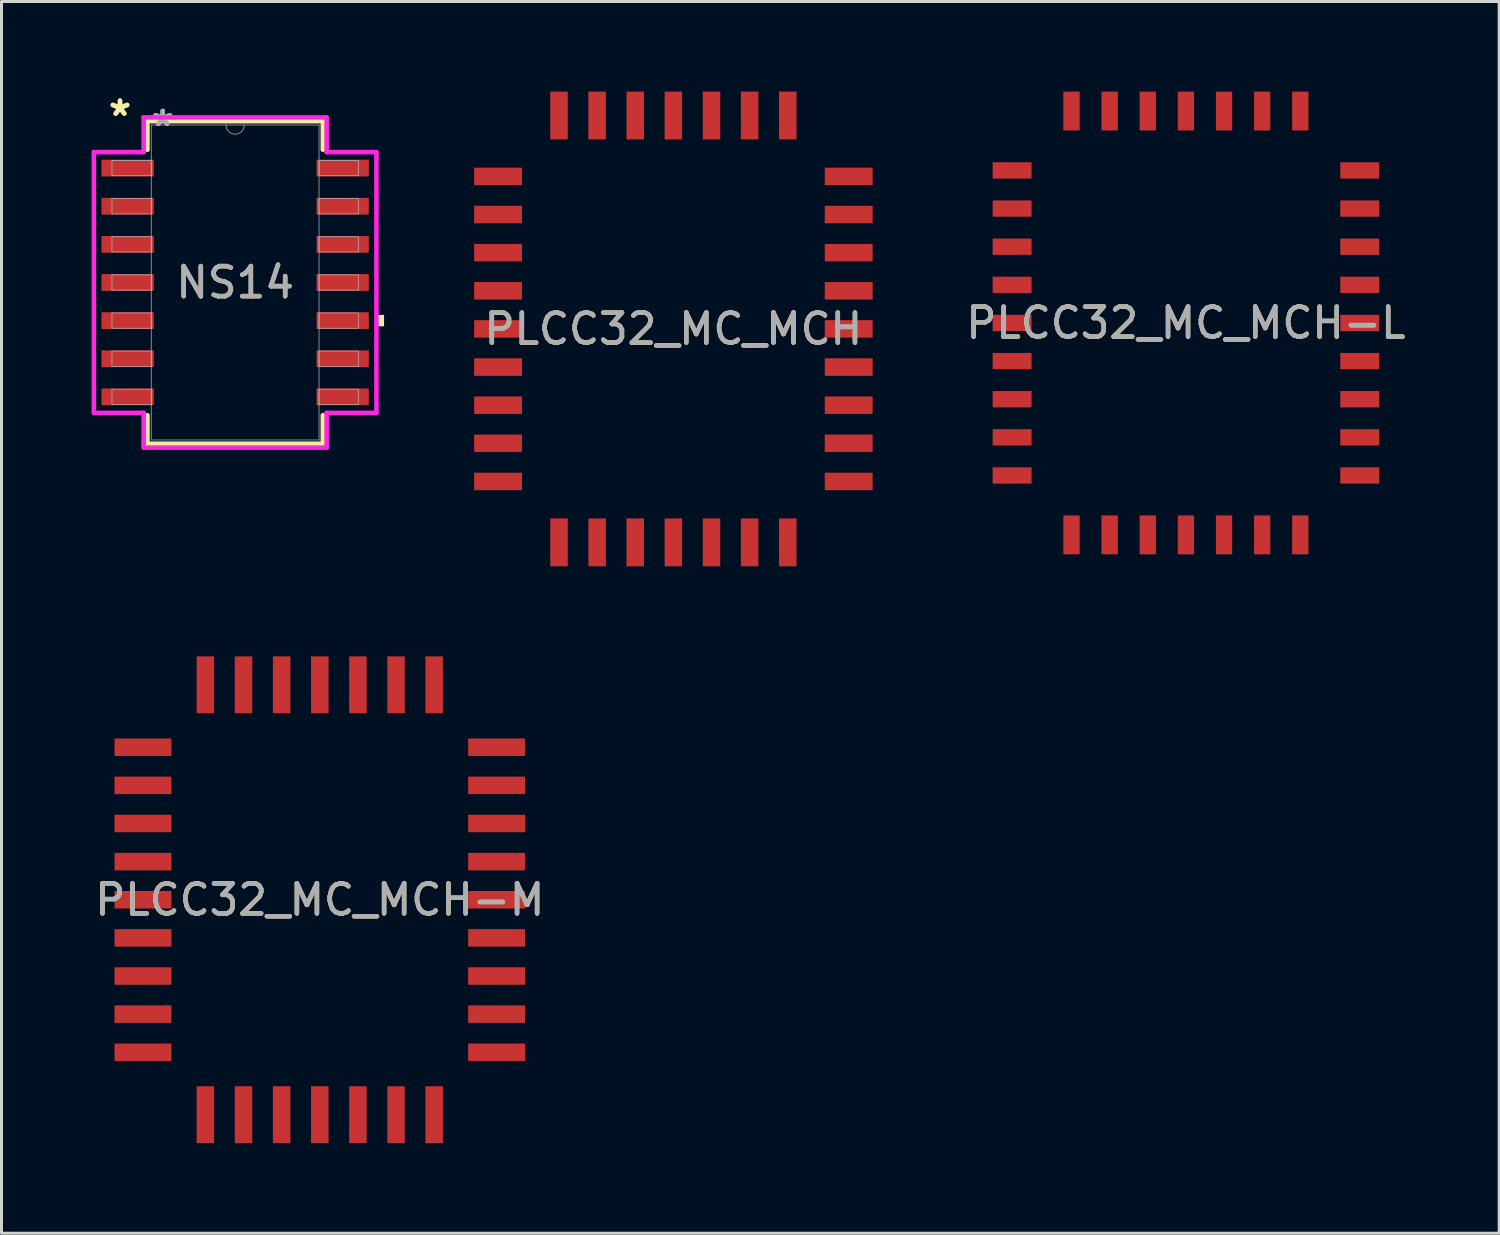
<source format=kicad_pcb>
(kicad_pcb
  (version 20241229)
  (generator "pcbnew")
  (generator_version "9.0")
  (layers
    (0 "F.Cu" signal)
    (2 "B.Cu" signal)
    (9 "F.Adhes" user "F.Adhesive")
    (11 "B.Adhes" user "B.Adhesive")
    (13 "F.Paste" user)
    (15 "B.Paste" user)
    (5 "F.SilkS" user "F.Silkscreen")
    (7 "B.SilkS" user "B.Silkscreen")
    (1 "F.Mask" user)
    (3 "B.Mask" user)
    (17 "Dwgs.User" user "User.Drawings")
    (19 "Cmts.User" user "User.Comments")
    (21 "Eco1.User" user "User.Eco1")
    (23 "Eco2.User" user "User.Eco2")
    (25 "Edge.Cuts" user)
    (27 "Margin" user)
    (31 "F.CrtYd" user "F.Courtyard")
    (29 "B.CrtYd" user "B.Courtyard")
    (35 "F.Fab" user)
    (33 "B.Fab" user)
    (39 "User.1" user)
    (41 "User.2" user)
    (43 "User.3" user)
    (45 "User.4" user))
  (footprint "PLCC32_MC_MCH-L"
    (layer "F.Cu")
    (at 36.45 7.707)
    (property "Reference" "PLCC32_MC_MCH-L" (at 0 0 0) (unlocked yes) (layer "F.SilkS") (effects (font (size 1 1) (thickness 0.15))))
    (attr smd)
    (fp_text user "${REFERENCE}" (at 0 0 0) (unlocked yes) (layer "F.Fab") (effects (font (size 1 1) (thickness 0.15))))
    (pad "1" smd rect (at 0 -7.059) (size 0.543 1.295) (layers "F.Cu" "F.Mask" "F.Paste"))
    (pad "2" smd rect (at -1.27 -7.059) (size 0.543 1.295) (layers "F.Cu" "F.Mask" "F.Paste"))
    (pad "3" smd rect (at -2.54 -7.059) (size 0.543 1.295) (layers "F.Cu" "F.Mask" "F.Paste"))
    (pad "4" smd rect (at -3.81 -7.059) (size 0.543 1.295) (layers "F.Cu" "F.Mask" "F.Paste"))
    (pad "5" smd rect (at -5.789 -5.08 90) (size 0.543 1.295) (layers "F.Cu" "F.Mask" "F.Paste"))
    (pad "6" smd rect (at -5.789 -3.81 90) (size 0.543 1.295) (layers "F.Cu" "F.Mask" "F.Paste"))
    (pad "7" smd rect (at -5.789 -2.54 90) (size 0.543 1.295) (layers "F.Cu" "F.Mask" "F.Paste"))
    (pad "8" smd rect (at -5.789 -1.27 90) (size 0.543 1.295) (layers "F.Cu" "F.Mask" "F.Paste"))
    (pad "9" smd rect (at -5.789 0 90) (size 0.543 1.295) (layers "F.Cu" "F.Mask" "F.Paste"))
    (pad "10" smd rect (at -5.789 1.27 90) (size 0.543 1.295) (layers "F.Cu" "F.Mask" "F.Paste"))
    (pad "11" smd rect (at -5.789 2.54 90) (size 0.543 1.295) (layers "F.Cu" "F.Mask" "F.Paste"))
    (pad "12" smd rect (at -5.789 3.81 90) (size 0.543 1.295) (layers "F.Cu" "F.Mask" "F.Paste"))
    (pad "13" smd rect (at -5.789 5.08 90) (size 0.543 1.295) (layers "F.Cu" "F.Mask" "F.Paste"))
    (pad "14" smd rect (at -3.81 7.059) (size 0.543 1.295) (layers "F.Cu" "F.Mask" "F.Paste"))
    (pad "15" smd rect (at -2.54 7.059) (size 0.543 1.295) (layers "F.Cu" "F.Mask" "F.Paste"))
    (pad "16" smd rect (at -1.27 7.059) (size 0.543 1.295) (layers "F.Cu" "F.Mask" "F.Paste"))
    (pad "17" smd rect (at 0 7.059) (size 0.543 1.295) (layers "F.Cu" "F.Mask" "F.Paste"))
    (pad "18" smd rect (at 1.27 7.059) (size 0.543 1.295) (layers "F.Cu" "F.Mask" "F.Paste"))
    (pad "19" smd rect (at 2.54 7.059) (size 0.543 1.295) (layers "F.Cu" "F.Mask" "F.Paste"))
    (pad "20" smd rect (at 3.81 7.059) (size 0.543 1.295) (layers "F.Cu" "F.Mask" "F.Paste"))
    (pad "21" smd rect (at 5.789 5.08 90) (size 0.543 1.295) (layers "F.Cu" "F.Mask" "F.Paste"))
    (pad "22" smd rect (at 5.789 3.81 90) (size 0.543 1.295) (layers "F.Cu" "F.Mask" "F.Paste"))
    (pad "23" smd rect (at 5.789 2.54 90) (size 0.543 1.295) (layers "F.Cu" "F.Mask" "F.Paste"))
    (pad "24" smd rect (at 5.789 1.27 90) (size 0.543 1.295) (layers "F.Cu" "F.Mask" "F.Paste"))
    (pad "25" smd rect (at 5.789 0 90) (size 0.543 1.295) (layers "F.Cu" "F.Mask" "F.Paste"))
    (pad "26" smd rect (at 5.789 -1.27 90) (size 0.543 1.295) (layers "F.Cu" "F.Mask" "F.Paste"))
    (pad "27" smd rect (at 5.789 -2.54 90) (size 0.543 1.295) (layers "F.Cu" "F.Mask" "F.Paste"))
    (pad "28" smd rect (at 5.789 -3.81 90) (size 0.543 1.295) (layers "F.Cu" "F.Mask" "F.Paste"))
    (pad "29" smd rect (at 5.789 -5.08 90) (size 0.543 1.295) (layers "F.Cu" "F.Mask" "F.Paste"))
    (pad "30" smd rect (at 3.81 -7.059) (size 0.543 1.295) (layers "F.Cu" "F.Mask" "F.Paste"))
    (pad "31" smd rect (at 2.54 -7.059) (size 0.543 1.295) (layers "F.Cu" "F.Mask" "F.Paste"))
    (pad "32" smd rect (at 1.27 -7.059) (size 0.543 1.295) (layers "F.Cu" "F.Mask" "F.Paste")))
  (footprint "PLCC32_MC_MCH"
    (layer "F.Cu")
    (at 19.379 7.906)
    (property "Reference" "PLCC32_MC_MCH" (at 0 0 0) (unlocked yes) (layer "F.SilkS") (effects (font (size 1 1) (thickness 0.15))))
    (attr smd)
    (fp_text user "${REFERENCE}" (at 0 0 0) (unlocked yes) (layer "F.Fab") (effects (font (size 1 1) (thickness 0.15))))
    (pad "1" smd rect (at 0 -7.109) (size 0.583 1.595) (layers "F.Cu" "F.Mask" "F.Paste"))
    (pad "2" smd rect (at -1.27 -7.109) (size 0.583 1.595) (layers "F.Cu" "F.Mask" "F.Paste"))
    (pad "3" smd rect (at -2.54 -7.109) (size 0.583 1.595) (layers "F.Cu" "F.Mask" "F.Paste"))
    (pad "4" smd rect (at -3.81 -7.109) (size 0.583 1.595) (layers "F.Cu" "F.Mask" "F.Paste"))
    (pad "5" smd rect (at -5.839 -5.08 90) (size 0.583 1.595) (layers "F.Cu" "F.Mask" "F.Paste"))
    (pad "6" smd rect (at -5.839 -3.81 90) (size 0.583 1.595) (layers "F.Cu" "F.Mask" "F.Paste"))
    (pad "7" smd rect (at -5.839 -2.54 90) (size 0.583 1.595) (layers "F.Cu" "F.Mask" "F.Paste"))
    (pad "8" smd rect (at -5.839 -1.27 90) (size 0.583 1.595) (layers "F.Cu" "F.Mask" "F.Paste"))
    (pad "9" smd rect (at -5.839 0 90) (size 0.583 1.595) (layers "F.Cu" "F.Mask" "F.Paste"))
    (pad "10" smd rect (at -5.839 1.27 90) (size 0.583 1.595) (layers "F.Cu" "F.Mask" "F.Paste"))
    (pad "11" smd rect (at -5.839 2.54 90) (size 0.583 1.595) (layers "F.Cu" "F.Mask" "F.Paste"))
    (pad "12" smd rect (at -5.839 3.81 90) (size 0.583 1.595) (layers "F.Cu" "F.Mask" "F.Paste"))
    (pad "13" smd rect (at -5.839 5.08 90) (size 0.583 1.595) (layers "F.Cu" "F.Mask" "F.Paste"))
    (pad "14" smd rect (at -3.81 7.109) (size 0.583 1.595) (layers "F.Cu" "F.Mask" "F.Paste"))
    (pad "15" smd rect (at -2.54 7.109) (size 0.583 1.595) (layers "F.Cu" "F.Mask" "F.Paste"))
    (pad "16" smd rect (at -1.27 7.109) (size 0.583 1.595) (layers "F.Cu" "F.Mask" "F.Paste"))
    (pad "17" smd rect (at 0 7.109) (size 0.583 1.595) (layers "F.Cu" "F.Mask" "F.Paste"))
    (pad "18" smd rect (at 1.27 7.109) (size 0.583 1.595) (layers "F.Cu" "F.Mask" "F.Paste"))
    (pad "19" smd rect (at 2.54 7.109) (size 0.583 1.595) (layers "F.Cu" "F.Mask" "F.Paste"))
    (pad "20" smd rect (at 3.81 7.109) (size 0.583 1.595) (layers "F.Cu" "F.Mask" "F.Paste"))
    (pad "21" smd rect (at 5.839 5.08 90) (size 0.583 1.595) (layers "F.Cu" "F.Mask" "F.Paste"))
    (pad "22" smd rect (at 5.839 3.81 90) (size 0.583 1.595) (layers "F.Cu" "F.Mask" "F.Paste"))
    (pad "23" smd rect (at 5.839 2.54 90) (size 0.583 1.595) (layers "F.Cu" "F.Mask" "F.Paste"))
    (pad "24" smd rect (at 5.839 1.27 90) (size 0.583 1.595) (layers "F.Cu" "F.Mask" "F.Paste"))
    (pad "25" smd rect (at 5.839 0 90) (size 0.583 1.595) (layers "F.Cu" "F.Mask" "F.Paste"))
    (pad "26" smd rect (at 5.839 -1.27 90) (size 0.583 1.595) (layers "F.Cu" "F.Mask" "F.Paste"))
    (pad "27" smd rect (at 5.839 -2.54 90) (size 0.583 1.595) (layers "F.Cu" "F.Mask" "F.Paste"))
    (pad "28" smd rect (at 5.839 -3.81 90) (size 0.583 1.595) (layers "F.Cu" "F.Mask" "F.Paste"))
    (pad "29" smd rect (at 5.839 -5.08 90) (size 0.583 1.595) (layers "F.Cu" "F.Mask" "F.Paste"))
    (pad "30" smd rect (at 3.81 -7.109) (size 0.583 1.595) (layers "F.Cu" "F.Mask" "F.Paste"))
    (pad "31" smd rect (at 2.54 -7.109) (size 0.583 1.595) (layers "F.Cu" "F.Mask" "F.Paste"))
    (pad "32" smd rect (at 1.27 -7.109) (size 0.583 1.595) (layers "F.Cu" "F.Mask" "F.Paste")))
  (footprint "PLCC32_MC_MCH-M"
    (layer "F.Cu")
    (at 7.601 26.919)
    (property "Reference" "PLCC32_MC_MCH-M" (at 0 0 0) (unlocked yes) (layer "F.SilkS") (effects (font (size 1 1) (thickness 0.15))))
    (attr smd)
    (fp_text user "${REFERENCE}" (at 0 0 0) (unlocked yes) (layer "F.Fab") (effects (font (size 1 1) (thickness 0.15))))
    (pad "1" smd rect (at 0 -7.159) (size 0.583 1.895) (layers "F.Cu" "F.Mask" "F.Paste"))
    (pad "2" smd rect (at -1.27 -7.159) (size 0.583 1.895) (layers "F.Cu" "F.Mask" "F.Paste"))
    (pad "3" smd rect (at -2.54 -7.159) (size 0.583 1.895) (layers "F.Cu" "F.Mask" "F.Paste"))
    (pad "4" smd rect (at -3.81 -7.159) (size 0.583 1.895) (layers "F.Cu" "F.Mask" "F.Paste"))
    (pad "5" smd rect (at -5.889 -5.08 90) (size 0.583 1.895) (layers "F.Cu" "F.Mask" "F.Paste"))
    (pad "6" smd rect (at -5.889 -3.81 90) (size 0.583 1.895) (layers "F.Cu" "F.Mask" "F.Paste"))
    (pad "7" smd rect (at -5.889 -2.54 90) (size 0.583 1.895) (layers "F.Cu" "F.Mask" "F.Paste"))
    (pad "8" smd rect (at -5.889 -1.27 90) (size 0.583 1.895) (layers "F.Cu" "F.Mask" "F.Paste"))
    (pad "9" smd rect (at -5.889 0 90) (size 0.583 1.895) (layers "F.Cu" "F.Mask" "F.Paste"))
    (pad "10" smd rect (at -5.889 1.27 90) (size 0.583 1.895) (layers "F.Cu" "F.Mask" "F.Paste"))
    (pad "11" smd rect (at -5.889 2.54 90) (size 0.583 1.895) (layers "F.Cu" "F.Mask" "F.Paste"))
    (pad "12" smd rect (at -5.889 3.81 90) (size 0.583 1.895) (layers "F.Cu" "F.Mask" "F.Paste"))
    (pad "13" smd rect (at -5.889 5.08 90) (size 0.583 1.895) (layers "F.Cu" "F.Mask" "F.Paste"))
    (pad "14" smd rect (at -3.81 7.159) (size 0.583 1.895) (layers "F.Cu" "F.Mask" "F.Paste"))
    (pad "15" smd rect (at -2.54 7.159) (size 0.583 1.895) (layers "F.Cu" "F.Mask" "F.Paste"))
    (pad "16" smd rect (at -1.27 7.159) (size 0.583 1.895) (layers "F.Cu" "F.Mask" "F.Paste"))
    (pad "17" smd rect (at 0 7.159) (size 0.583 1.895) (layers "F.Cu" "F.Mask" "F.Paste"))
    (pad "18" smd rect (at 1.27 7.159) (size 0.583 1.895) (layers "F.Cu" "F.Mask" "F.Paste"))
    (pad "19" smd rect (at 2.54 7.159) (size 0.583 1.895) (layers "F.Cu" "F.Mask" "F.Paste"))
    (pad "20" smd rect (at 3.81 7.159) (size 0.583 1.895) (layers "F.Cu" "F.Mask" "F.Paste"))
    (pad "21" smd rect (at 5.889 5.08 90) (size 0.583 1.895) (layers "F.Cu" "F.Mask" "F.Paste"))
    (pad "22" smd rect (at 5.889 3.81 90) (size 0.583 1.895) (layers "F.Cu" "F.Mask" "F.Paste"))
    (pad "23" smd rect (at 5.889 2.54 90) (size 0.583 1.895) (layers "F.Cu" "F.Mask" "F.Paste"))
    (pad "24" smd rect (at 5.889 1.27 90) (size 0.583 1.895) (layers "F.Cu" "F.Mask" "F.Paste"))
    (pad "25" smd rect (at 5.889 0 90) (size 0.583 1.895) (layers "F.Cu" "F.Mask" "F.Paste"))
    (pad "26" smd rect (at 5.889 -1.27 90) (size 0.583 1.895) (layers "F.Cu" "F.Mask" "F.Paste"))
    (pad "27" smd rect (at 5.889 -2.54 90) (size 0.583 1.895) (layers "F.Cu" "F.Mask" "F.Paste"))
    (pad "28" smd rect (at 5.889 -3.81 90) (size 0.583 1.895) (layers "F.Cu" "F.Mask" "F.Paste"))
    (pad "29" smd rect (at 5.889 -5.08 90) (size 0.583 1.895) (layers "F.Cu" "F.Mask" "F.Paste"))
    (pad "30" smd rect (at 3.81 -7.159) (size 0.583 1.895) (layers "F.Cu" "F.Mask" "F.Paste"))
    (pad "31" smd rect (at 2.54 -7.159) (size 0.583 1.895) (layers "F.Cu" "F.Mask" "F.Paste"))
    (pad "32" smd rect (at 1.27 -7.159) (size 0.583 1.895) (layers "F.Cu" "F.Mask" "F.Paste")))
  (footprint "NS14"
    (layer "F.Cu")
    (at 4.782 6.359)
    (property "Reference" "NS14" (at 0 0 0) (unlocked yes) (layer "F.SilkS") (effects (font (size 1 1) (thickness 0.15))))
    (attr smd)
    (fp_line (start -2.921 -5.372) (end -2.921 -4.422) (stroke (width 0.152) (type solid)) (layer "F.SilkS"))
    (fp_line (start -2.921 4.422) (end -2.921 5.372) (stroke (width 0.152) (type solid)) (layer "F.SilkS"))
    (fp_line (start -2.921 5.372) (end 2.921 5.372) (stroke (width 0.152) (type solid)) (layer "F.SilkS"))
    (fp_line (start 2.921 -5.372) (end -2.921 -5.372) (stroke (width 0.152) (type solid)) (layer "F.SilkS"))
    (fp_line (start 2.921 -4.422) (end 2.921 -5.372) (stroke (width 0.152) (type solid)) (layer "F.SilkS"))
    (fp_line (start 2.921 5.372) (end 2.921 4.422) (stroke (width 0.152) (type solid)) (layer "F.SilkS"))
    (fp_poly (pts (xy 4.96 1.079) (xy 4.96 1.46) (xy 4.706 1.46) (xy 4.706 1.079)) (stroke (width 0) (type solid)) (fill yes) (layer "F.SilkS"))
    (fp_line (start -4.706 -4.343) (end -3.048 -4.343) (stroke (width 0.152) (type solid)) (layer "F.CrtYd"))
    (fp_line (start -4.706 4.343) (end -4.706 -4.343) (stroke (width 0.152) (type solid)) (layer "F.CrtYd"))
    (fp_line (start -4.706 4.343) (end -3.048 4.343) (stroke (width 0.152) (type solid)) (layer "F.CrtYd"))
    (fp_line (start -3.048 -5.499) (end 3.048 -5.499) (stroke (width 0.152) (type solid)) (layer "F.CrtYd"))
    (fp_line (start -3.048 -4.343) (end -3.048 -5.499) (stroke (width 0.152) (type solid)) (layer "F.CrtYd"))
    (fp_line (start -3.048 5.499) (end -3.048 4.343) (stroke (width 0.152) (type solid)) (layer "F.CrtYd"))
    (fp_line (start 3.048 -5.499) (end 3.048 -4.343) (stroke (width 0.152) (type solid)) (layer "F.CrtYd"))
    (fp_line (start 3.048 4.343) (end 3.048 5.499) (stroke (width 0.152) (type solid)) (layer "F.CrtYd"))
    (fp_line (start 3.048 5.499) (end -3.048 5.499) (stroke (width 0.152) (type solid)) (layer "F.CrtYd"))
    (fp_line (start 4.706 -4.343) (end 3.048 -4.343) (stroke (width 0.152) (type solid)) (layer "F.CrtYd"))
    (fp_line (start 4.706 -4.343) (end 4.706 4.343) (stroke (width 0.152) (type solid)) (layer "F.CrtYd"))
    (fp_line (start 4.706 4.343) (end 3.048 4.343) (stroke (width 0.152) (type solid)) (layer "F.CrtYd"))
    (fp_line (start -4.102 -4.064) (end -4.102 -3.556) (stroke (width 0.025) (type solid)) (layer "F.Fab"))
    (fp_line (start -4.102 -3.556) (end -2.794 -3.556) (stroke (width 0.025) (type solid)) (layer "F.Fab"))
    (fp_line (start -4.102 -2.794) (end -4.102 -2.286) (stroke (width 0.025) (type solid)) (layer "F.Fab"))
    (fp_line (start -4.102 -2.286) (end -2.794 -2.286) (stroke (width 0.025) (type solid)) (layer "F.Fab"))
    (fp_line (start -4.102 -1.524) (end -4.102 -1.016) (stroke (width 0.025) (type solid)) (layer "F.Fab"))
    (fp_line (start -4.102 -1.016) (end -2.794 -1.016) (stroke (width 0.025) (type solid)) (layer "F.Fab"))
    (fp_line (start -4.102 -0.254) (end -4.102 0.254) (stroke (width 0.025) (type solid)) (layer "F.Fab"))
    (fp_line (start -4.102 0.254) (end -2.794 0.254) (stroke (width 0.025) (type solid)) (layer "F.Fab"))
    (fp_line (start -4.102 1.016) (end -4.102 1.524) (stroke (width 0.025) (type solid)) (layer "F.Fab"))
    (fp_line (start -4.102 1.524) (end -2.794 1.524) (stroke (width 0.025) (type solid)) (layer "F.Fab"))
    (fp_line (start -4.102 2.286) (end -4.102 2.794) (stroke (width 0.025) (type solid)) (layer "F.Fab"))
    (fp_line (start -4.102 2.794) (end -2.794 2.794) (stroke (width 0.025) (type solid)) (layer "F.Fab"))
    (fp_line (start -4.102 3.556) (end -4.102 4.064) (stroke (width 0.025) (type solid)) (layer "F.Fab"))
    (fp_line (start -4.102 4.064) (end -2.794 4.064) (stroke (width 0.025) (type solid)) (layer "F.Fab"))
    (fp_line (start -2.794 -5.245) (end -2.794 5.245) (stroke (width 0.025) (type solid)) (layer "F.Fab"))
    (fp_line (start -2.794 -4.064) (end -4.102 -4.064) (stroke (width 0.025) (type solid)) (layer "F.Fab"))
    (fp_line (start -2.794 -3.556) (end -2.794 -4.064) (stroke (width 0.025) (type solid)) (layer "F.Fab"))
    (fp_line (start -2.794 -2.794) (end -4.102 -2.794) (stroke (width 0.025) (type solid)) (layer "F.Fab"))
    (fp_line (start -2.794 -2.286) (end -2.794 -2.794) (stroke (width 0.025) (type solid)) (layer "F.Fab"))
    (fp_line (start -2.794 -1.524) (end -4.102 -1.524) (stroke (width 0.025) (type solid)) (layer "F.Fab"))
    (fp_line (start -2.794 -1.016) (end -2.794 -1.524) (stroke (width 0.025) (type solid)) (layer "F.Fab"))
    (fp_line (start -2.794 -0.254) (end -4.102 -0.254) (stroke (width 0.025) (type solid)) (layer "F.Fab"))
    (fp_line (start -2.794 0.254) (end -2.794 -0.254) (stroke (width 0.025) (type solid)) (layer "F.Fab"))
    (fp_line (start -2.794 1.016) (end -4.102 1.016) (stroke (width 0.025) (type solid)) (layer "F.Fab"))
    (fp_line (start -2.794 1.524) (end -2.794 1.016) (stroke (width 0.025) (type solid)) (layer "F.Fab"))
    (fp_line (start -2.794 2.286) (end -4.102 2.286) (stroke (width 0.025) (type solid)) (layer "F.Fab"))
    (fp_line (start -2.794 2.794) (end -2.794 2.286) (stroke (width 0.025) (type solid)) (layer "F.Fab"))
    (fp_line (start -2.794 3.556) (end -4.102 3.556) (stroke (width 0.025) (type solid)) (layer "F.Fab"))
    (fp_line (start -2.794 4.064) (end -2.794 3.556) (stroke (width 0.025) (type solid)) (layer "F.Fab"))
    (fp_line (start -2.794 5.245) (end 2.794 5.245) (stroke (width 0.025) (type solid)) (layer "F.Fab"))
    (fp_line (start 2.794 -5.245) (end -2.794 -5.245) (stroke (width 0.025) (type solid)) (layer "F.Fab"))
    (fp_line (start 2.794 -4.064) (end 2.794 -3.556) (stroke (width 0.025) (type solid)) (layer "F.Fab"))
    (fp_line (start 2.794 -3.556) (end 4.102 -3.556) (stroke (width 0.025) (type solid)) (layer "F.Fab"))
    (fp_line (start 2.794 -2.794) (end 2.794 -2.286) (stroke (width 0.025) (type solid)) (layer "F.Fab"))
    (fp_line (start 2.794 -2.286) (end 4.102 -2.286) (stroke (width 0.025) (type solid)) (layer "F.Fab"))
    (fp_line (start 2.794 -1.524) (end 2.794 -1.016) (stroke (width 0.025) (type solid)) (layer "F.Fab"))
    (fp_line (start 2.794 -1.016) (end 4.102 -1.016) (stroke (width 0.025) (type solid)) (layer "F.Fab"))
    (fp_line (start 2.794 -0.254) (end 2.794 0.254) (stroke (width 0.025) (type solid)) (layer "F.Fab"))
    (fp_line (start 2.794 0.254) (end 4.102 0.254) (stroke (width 0.025) (type solid)) (layer "F.Fab"))
    (fp_line (start 2.794 1.016) (end 2.794 1.524) (stroke (width 0.025) (type solid)) (layer "F.Fab"))
    (fp_line (start 2.794 1.524) (end 4.102 1.524) (stroke (width 0.025) (type solid)) (layer "F.Fab"))
    (fp_line (start 2.794 2.286) (end 2.794 2.794) (stroke (width 0.025) (type solid)) (layer "F.Fab"))
    (fp_line (start 2.794 2.794) (end 4.102 2.794) (stroke (width 0.025) (type solid)) (layer "F.Fab"))
    (fp_line (start 2.794 3.556) (end 2.794 4.064) (stroke (width 0.025) (type solid)) (layer "F.Fab"))
    (fp_line (start 2.794 4.064) (end 4.102 4.064) (stroke (width 0.025) (type solid)) (layer "F.Fab"))
    (fp_line (start 2.794 5.245) (end 2.794 -5.245) (stroke (width 0.025) (type solid)) (layer "F.Fab"))
    (fp_line (start 4.102 -4.064) (end 2.794 -4.064) (stroke (width 0.025) (type solid)) (layer "F.Fab"))
    (fp_line (start 4.102 -3.556) (end 4.102 -4.064) (stroke (width 0.025) (type solid)) (layer "F.Fab"))
    (fp_line (start 4.102 -2.794) (end 2.794 -2.794) (stroke (width 0.025) (type solid)) (layer "F.Fab"))
    (fp_line (start 4.102 -2.286) (end 4.102 -2.794) (stroke (width 0.025) (type solid)) (layer "F.Fab"))
    (fp_line (start 4.102 -1.524) (end 2.794 -1.524) (stroke (width 0.025) (type solid)) (layer "F.Fab"))
    (fp_line (start 4.102 -1.016) (end 4.102 -1.524) (stroke (width 0.025) (type solid)) (layer "F.Fab"))
    (fp_line (start 4.102 -0.254) (end 2.794 -0.254) (stroke (width 0.025) (type solid)) (layer "F.Fab"))
    (fp_line (start 4.102 0.254) (end 4.102 -0.254) (stroke (width 0.025) (type solid)) (layer "F.Fab"))
    (fp_line (start 4.102 1.016) (end 2.794 1.016) (stroke (width 0.025) (type solid)) (layer "F.Fab"))
    (fp_line (start 4.102 1.524) (end 4.102 1.016) (stroke (width 0.025) (type solid)) (layer "F.Fab"))
    (fp_line (start 4.102 2.286) (end 2.794 2.286) (stroke (width 0.025) (type solid)) (layer "F.Fab"))
    (fp_line (start 4.102 2.794) (end 4.102 2.286) (stroke (width 0.025) (type solid)) (layer "F.Fab"))
    (fp_line (start 4.102 3.556) (end 2.794 3.556) (stroke (width 0.025) (type solid)) (layer "F.Fab"))
    (fp_line (start 4.102 4.064) (end 4.102 3.556) (stroke (width 0.025) (type solid)) (layer "F.Fab"))
    (fp_arc (start 0.3048 -5.2451) (mid 0 -4.9403) (end -0.3048 -5.2451) (stroke (width 0.0254) (type solid)) (layer "F.Fab"))
    (fp_text user "*" (at -3.835 -5.511 0) (unlocked yes) (layer "F.SilkS") (effects (font (size 1 1) (thickness 0.15))))
    (fp_text user "*" (at -3.835 -5.511 0) (layer "F.SilkS") (effects (font (size 1 1) (thickness 0.15))))
    (fp_text user "*" (at -2.413 -5.169 0) (layer "F.Fab") (effects (font (size 1 1) (thickness 0.15))))
    (fp_text user "*" (at -2.413 -5.169 0) (unlocked yes) (layer "F.Fab") (effects (font (size 1 1) (thickness 0.15))))
    (fp_text user "${REFERENCE}" (at 0 0 0) (unlocked yes) (layer "F.Fab") (effects (font (size 1 1) (thickness 0.15))))
    (pad "1" smd rect (at -3.581 -3.81) (size 1.741 0.558) (layers "F.Cu" "F.Mask" "F.Paste"))
    (pad "2" smd rect (at -3.581 -2.54) (size 1.741 0.558) (layers "F.Cu" "F.Mask" "F.Paste"))
    (pad "3" smd rect (at -3.581 -1.27) (size 1.741 0.558) (layers "F.Cu" "F.Mask" "F.Paste"))
    (pad "4" smd rect (at -3.581 0) (size 1.741 0.558) (layers "F.Cu" "F.Mask" "F.Paste"))
    (pad "5" smd rect (at -3.581 1.27) (size 1.741 0.558) (layers "F.Cu" "F.Mask" "F.Paste"))
    (pad "6" smd rect (at -3.581 2.54) (size 1.741 0.558) (layers "F.Cu" "F.Mask" "F.Paste"))
    (pad "7" smd rect (at -3.581 3.81) (size 1.741 0.558) (layers "F.Cu" "F.Mask" "F.Paste"))
    (pad "8" smd rect (at 3.581 3.81) (size 1.741 0.558) (layers "F.Cu" "F.Mask" "F.Paste"))
    (pad "9" smd rect (at 3.581 2.54) (size 1.741 0.558) (layers "F.Cu" "F.Mask" "F.Paste"))
    (pad "10" smd rect (at 3.581 1.27) (size 1.741 0.558) (layers "F.Cu" "F.Mask" "F.Paste"))
    (pad "11" smd rect (at 3.581 0) (size 1.741 0.558) (layers "F.Cu" "F.Mask" "F.Paste"))
    (pad "12" smd rect (at 3.581 -1.27) (size 1.741 0.558) (layers "F.Cu" "F.Mask" "F.Paste"))
    (pad "13" smd rect (at 3.581 -2.54) (size 1.741 0.558) (layers "F.Cu" "F.Mask" "F.Paste"))
    (pad "14" smd rect (at 3.581 -3.81) (size 1.741 0.558) (layers "F.Cu" "F.Mask" "F.Paste")))
  (gr_rect
    (start -3 -3)
    (end 46.884 38.026)
    (stroke (width 0.1) (type default))
    (fill no)
    (layer "Edge.Cuts")))
</source>
